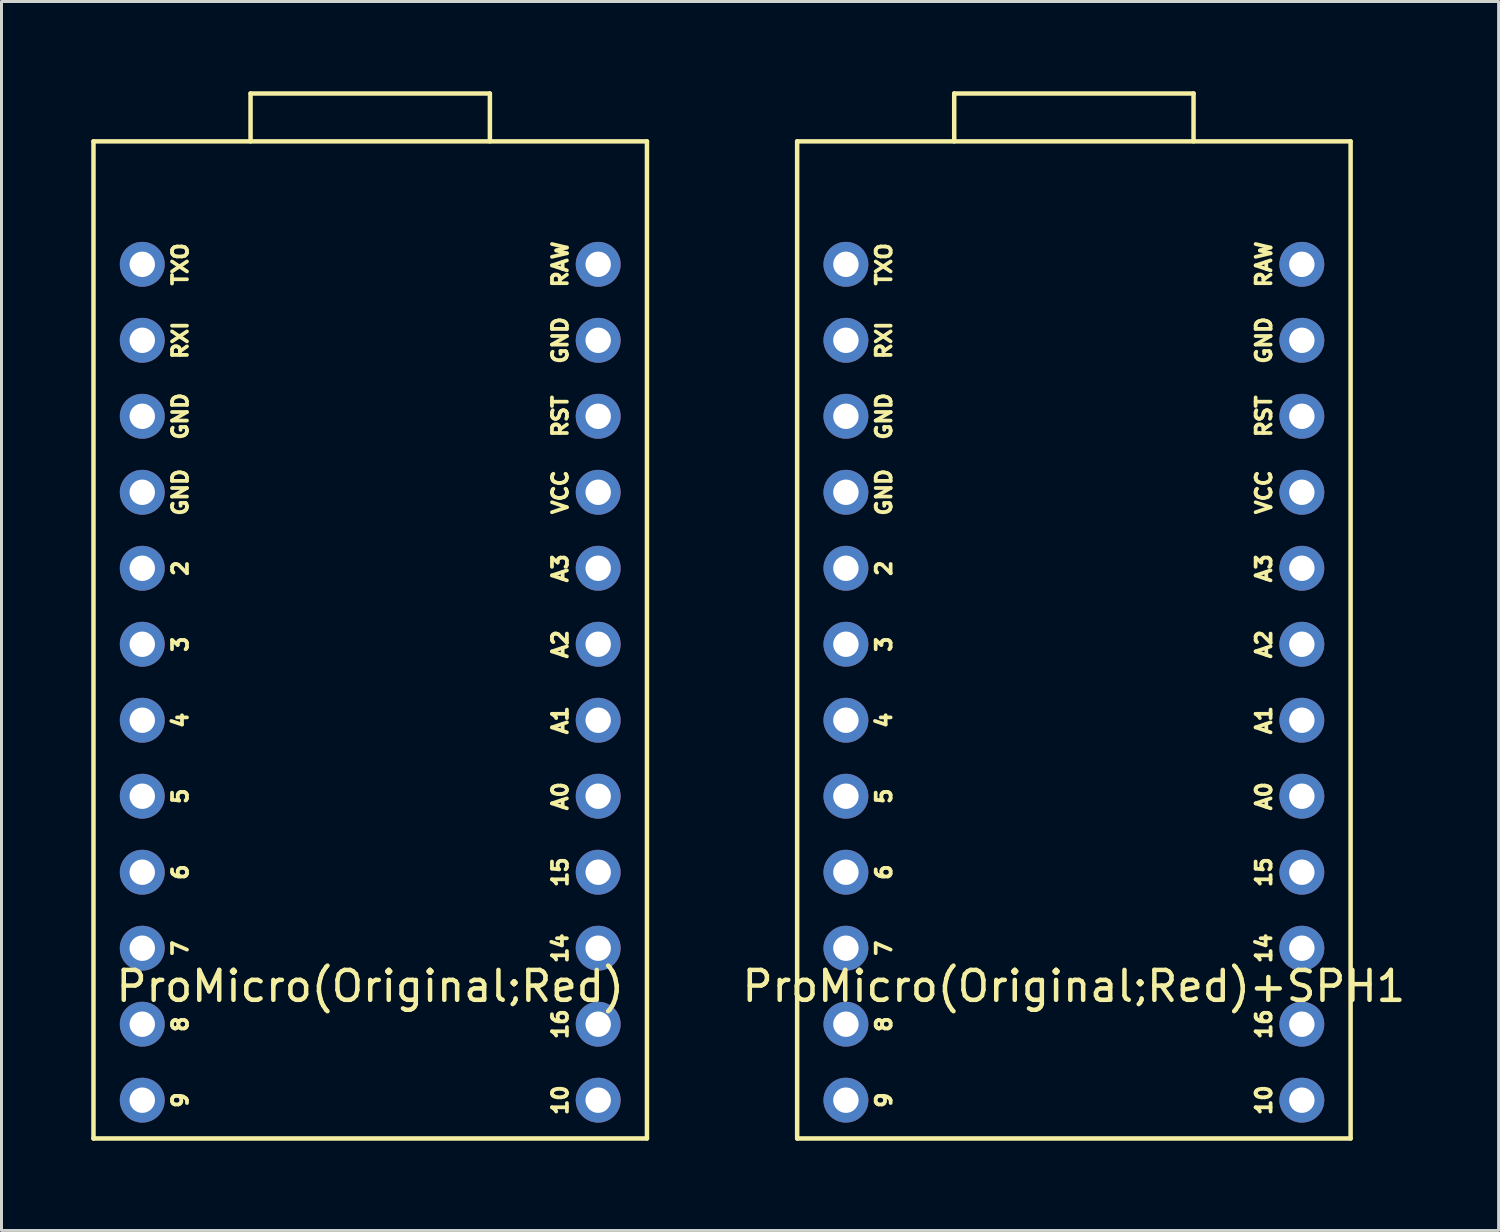
<source format=kicad_pcb>
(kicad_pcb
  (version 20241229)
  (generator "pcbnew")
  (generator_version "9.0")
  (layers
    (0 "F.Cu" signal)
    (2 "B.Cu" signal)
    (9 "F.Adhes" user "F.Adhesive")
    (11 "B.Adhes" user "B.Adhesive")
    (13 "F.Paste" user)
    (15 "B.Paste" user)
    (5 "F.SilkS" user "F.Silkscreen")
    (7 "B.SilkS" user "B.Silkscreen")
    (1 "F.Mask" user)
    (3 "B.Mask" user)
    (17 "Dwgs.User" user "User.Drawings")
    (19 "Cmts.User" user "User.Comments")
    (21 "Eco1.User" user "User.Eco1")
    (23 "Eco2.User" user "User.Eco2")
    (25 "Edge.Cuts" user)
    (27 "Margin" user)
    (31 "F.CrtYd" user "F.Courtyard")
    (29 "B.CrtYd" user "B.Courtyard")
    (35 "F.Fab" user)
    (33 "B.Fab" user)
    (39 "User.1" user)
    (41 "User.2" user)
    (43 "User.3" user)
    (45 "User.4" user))
  (footprint "ProMicro(Original;Red)+SPH1"
    (layer "F.Cu")
    (at 25.226 5.785)
    (property "Reference" "ProMicro(Original;Red)+SPH1" (at 7.62 24.13 0) (layer "F.SilkS") (effects (font (size 1 1) (thickness 0.15))))
    (attr through_hole)
    (fp_line (start -1.63 -4.11) (end -1.63 29.22) (stroke (width 0.15) (type solid)) (layer "F.SilkS"))
    (fp_line (start -1.63 29.22) (end 16.87 29.22) (stroke (width 0.15) (type solid)) (layer "F.SilkS"))
    (fp_line (start 3.62 -5.71) (end 11.62 -5.71) (stroke (width 0.15) (type solid)) (layer "F.SilkS"))
    (fp_line (start 3.62 -4.11) (end 3.62 -5.71) (stroke (width 0.15) (type solid)) (layer "F.SilkS"))
    (fp_line (start 11.62 -5.71) (end 11.62 -4.11) (stroke (width 0.15) (type solid)) (layer "F.SilkS"))
    (fp_line (start 16.87 -4.11) (end -1.63 -4.11) (stroke (width 0.15) (type solid)) (layer "F.SilkS"))
    (fp_line (start 16.87 29.22) (end 16.87 -4.11) (stroke (width 0.15) (type solid)) (layer "F.SilkS"))
    (fp_text user "15" (at 13.97 20.32 90) (layer "F.SilkS") (effects (font (size 0.5 0.5) (thickness 0.125))))
    (fp_text user "16" (at 13.97 25.4 90) (layer "F.SilkS") (effects (font (size 0.5 0.5) (thickness 0.125))))
    (fp_text user "A0" (at 13.97 17.78 90) (layer "F.SilkS") (effects (font (size 0.5 0.5) (thickness 0.125))))
    (fp_text user "A2" (at 13.97 12.7 90) (layer "F.SilkS") (effects (font (size 0.5 0.5) (thickness 0.125))))
    (fp_text user "5" (at 1.27 17.78 90) (layer "F.SilkS") (effects (font (size 0.5 0.5) (thickness 0.125))))
    (fp_text user "10" (at 13.97 27.94 90) (layer "F.SilkS") (effects (font (size 0.5 0.5) (thickness 0.125))))
    (fp_text user "2" (at 1.27 10.16 90) (layer "F.SilkS") (effects (font (size 0.5 0.5) (thickness 0.125))))
    (fp_text user "9" (at 1.27 27.94 90) (layer "F.SilkS") (effects (font (size 0.5 0.5) (thickness 0.125))))
    (fp_text user "4" (at 1.27 15.24 90) (layer "F.SilkS") (effects (font (size 0.5 0.5) (thickness 0.125))))
    (fp_text user "VCC" (at 13.97 7.62 90) (layer "F.SilkS") (effects (font (size 0.5 0.5) (thickness 0.125))))
    (fp_text user "14" (at 13.97 22.86 90) (layer "F.SilkS") (effects (font (size 0.5 0.5) (thickness 0.125))))
    (fp_text user "RAW" (at 13.97 0 90) (layer "F.SilkS") (effects (font (size 0.5 0.5) (thickness 0.125))))
    (fp_text user "A1" (at 13.97 15.24 90) (layer "F.SilkS") (effects (font (size 0.5 0.5) (thickness 0.125))))
    (fp_text user "GND" (at 1.27 5.08 90) (layer "F.SilkS") (effects (font (size 0.5 0.5) (thickness 0.125))))
    (fp_text user "3" (at 1.27 12.7 90) (layer "F.SilkS") (effects (font (size 0.5 0.5) (thickness 0.125))))
    (fp_text user "8" (at 1.27 25.4 90) (layer "F.SilkS") (effects (font (size 0.5 0.5) (thickness 0.125))))
    (fp_text user "TXO" (at 1.27 0 90) (layer "F.SilkS") (effects (font (size 0.5 0.5) (thickness 0.125))))
    (fp_text user "RST" (at 13.97 5.08 90) (layer "F.SilkS") (effects (font (size 0.5 0.5) (thickness 0.125))))
    (fp_text user "6" (at 1.27 20.32 90) (layer "F.SilkS") (effects (font (size 0.5 0.5) (thickness 0.125))))
    (fp_text user "RXI" (at 1.27 2.54 90) (layer "F.SilkS") (effects (font (size 0.5 0.5) (thickness 0.125))))
    (fp_text user "A3" (at 13.97 10.16 90) (layer "F.SilkS") (effects (font (size 0.5 0.5) (thickness 0.125))))
    (fp_text user "GND" (at 1.27 7.62 90) (layer "F.SilkS") (effects (font (size 0.5 0.5) (thickness 0.125))))
    (fp_text user "7" (at 1.27 22.86 90) (layer "F.SilkS") (effects (font (size 0.5 0.5) (thickness 0.125))))
    (fp_text user "GND" (at 13.97 2.54 90) (layer "F.SilkS") (effects (font (size 0.5 0.5) (thickness 0.125))))
    (pad "2" thru_hole circle (at 0 10.16) (size 1.5 1.5) (drill 0.85) (layers "*.Cu" "*.Mask"))
    (pad "3" thru_hole circle (at 0 12.7) (size 1.5 1.5) (drill 0.85) (layers "*.Cu" "*.Mask"))
    (pad "4" thru_hole circle (at 0 15.24) (size 1.5 1.5) (drill 0.85) (layers "*.Cu" "*.Mask"))
    (pad "5" thru_hole circle (at 0 17.78) (size 1.5 1.5) (drill 0.85) (layers "*.Cu" "*.Mask"))
    (pad "6" thru_hole circle (at 0 20.32) (size 1.5 1.5) (drill 0.85) (layers "*.Cu" "*.Mask"))
    (pad "7" thru_hole circle (at 0 22.86) (size 1.5 1.5) (drill 0.85) (layers "*.Cu" "*.Mask"))
    (pad "8" thru_hole circle (at 0 25.4) (size 1.5 1.5) (drill 0.85) (layers "*.Cu" "*.Mask"))
    (pad "9" thru_hole circle (at 0 27.94) (size 1.5 1.5) (drill 0.85) (layers "*.Cu" "*.Mask"))
    (pad "10" thru_hole circle (at 15.24 27.94) (size 1.5 1.5) (drill 0.85) (layers "*.Cu" "*.Mask"))
    (pad "14" thru_hole circle (at 15.24 22.86) (size 1.5 1.5) (drill 0.85) (layers "*.Cu" "*.Mask"))
    (pad "15" thru_hole circle (at 15.24 20.32) (size 1.5 1.5) (drill 0.85) (layers "*.Cu" "*.Mask"))
    (pad "16" thru_hole circle (at 15.24 25.4) (size 1.5 1.5) (drill 0.85) (layers "*.Cu" "*.Mask"))
    (pad "A0" thru_hole circle (at 15.24 17.78) (size 1.5 1.5) (drill 0.85) (layers "*.Cu" "*.Mask"))
    (pad "A1" thru_hole circle (at 15.24 15.24) (size 1.5 1.5) (drill 0.85) (layers "*.Cu" "*.Mask"))
    (pad "A2" thru_hole circle (at 15.24 12.7) (size 1.5 1.5) (drill 0.85) (layers "*.Cu" "*.Mask"))
    (pad "A3" thru_hole circle (at 15.24 10.16) (size 1.5 1.5) (drill 0.85) (layers "*.Cu" "*.Mask"))
    (pad "GND0" thru_hole circle (at 15.24 2.54) (size 1.5 1.5) (drill 0.85) (layers "*.Cu" "*.Mask"))
    (pad "GND1" thru_hole circle (at 0 5.08) (size 1.5 1.5) (drill 0.85) (layers "*.Cu" "*.Mask"))
    (pad "GND2" thru_hole circle (at 0 7.62) (size 1.5 1.5) (drill 0.85) (layers "*.Cu" "*.Mask"))
    (pad "RAW" thru_hole circle (at 15.24 0) (size 1.5 1.5) (drill 0.85) (layers "*.Cu" "*.Mask"))
    (pad "RST" thru_hole circle (at 15.24 5.08) (size 1.5 1.5) (drill 0.85) (layers "*.Cu" "*.Mask"))
    (pad "RXI" thru_hole circle (at 0 2.54) (size 1.5 1.5) (drill 0.85) (layers "*.Cu" "*.Mask"))
    (pad "TXO" thru_hole circle (at 0 0 90) (size 1.5 1.5) (drill 0.85) (layers "*.Cu" "*.Mask"))
    (pad "VCC" thru_hole circle (at 15.24 7.62) (size 1.5 1.5) (drill 0.85) (layers "*.Cu" "*.Mask")))
  (footprint "ProMicro(Original;Red)"
    (layer "F.Cu")
    (at 1.705 5.785)
    (property "Reference" "ProMicro(Original;Red)" (at 7.62 24.13 0) (layer "F.SilkS") (effects (font (size 1 1) (thickness 0.15))))
    (attr through_hole)
    (fp_line (start -1.63 -4.11) (end -1.63 29.22) (stroke (width 0.15) (type solid)) (layer "F.SilkS"))
    (fp_line (start -1.63 29.22) (end 16.87 29.22) (stroke (width 0.15) (type solid)) (layer "F.SilkS"))
    (fp_line (start 3.62 -5.71) (end 11.62 -5.71) (stroke (width 0.15) (type solid)) (layer "F.SilkS"))
    (fp_line (start 3.62 -4.11) (end 3.62 -5.71) (stroke (width 0.15) (type solid)) (layer "F.SilkS"))
    (fp_line (start 11.62 -5.71) (end 11.62 -4.11) (stroke (width 0.15) (type solid)) (layer "F.SilkS"))
    (fp_line (start 16.87 -4.11) (end -1.63 -4.11) (stroke (width 0.15) (type solid)) (layer "F.SilkS"))
    (fp_line (start 16.87 29.22) (end 16.87 -4.11) (stroke (width 0.15) (type solid)) (layer "F.SilkS"))
    (fp_text user "A3" (at 13.97 10.16 90) (layer "F.SilkS") (effects (font (size 0.5 0.5) (thickness 0.125))))
    (fp_text user "7" (at 1.27 22.86 90) (layer "F.SilkS") (effects (font (size 0.5 0.5) (thickness 0.125))))
    (fp_text user "15" (at 13.97 20.32 90) (layer "F.SilkS") (effects (font (size 0.5 0.5) (thickness 0.125))))
    (fp_text user "8" (at 1.27 25.4 90) (layer "F.SilkS") (effects (font (size 0.5 0.5) (thickness 0.125))))
    (fp_text user "A0" (at 13.97 17.78 90) (layer "F.SilkS") (effects (font (size 0.5 0.5) (thickness 0.125))))
    (fp_text user "A1" (at 13.97 15.24 90) (layer "F.SilkS") (effects (font (size 0.5 0.5) (thickness 0.125))))
    (fp_text user "RST" (at 13.97 5.08 90) (layer "F.SilkS") (effects (font (size 0.5 0.5) (thickness 0.125))))
    (fp_text user "5" (at 1.27 17.78 90) (layer "F.SilkS") (effects (font (size 0.5 0.5) (thickness 0.125))))
    (fp_text user "9" (at 1.27 27.94 90) (layer "F.SilkS") (effects (font (size 0.5 0.5) (thickness 0.125))))
    (fp_text user "VCC" (at 13.97 7.62 90) (layer "F.SilkS") (effects (font (size 0.5 0.5) (thickness 0.125))))
    (fp_text user "10" (at 13.97 27.94 90) (layer "F.SilkS") (effects (font (size 0.5 0.5) (thickness 0.125))))
    (fp_text user "GND" (at 13.97 2.54 90) (layer "F.SilkS") (effects (font (size 0.5 0.5) (thickness 0.125))))
    (fp_text user "GND" (at 1.27 5.08 90) (layer "F.SilkS") (effects (font (size 0.5 0.5) (thickness 0.125))))
    (fp_text user "6" (at 1.27 20.32 90) (layer "F.SilkS") (effects (font (size 0.5 0.5) (thickness 0.125))))
    (fp_text user "TXO" (at 1.27 0 90) (layer "F.SilkS") (effects (font (size 0.5 0.5) (thickness 0.125))))
    (fp_text user "2" (at 1.27 10.16 90) (layer "F.SilkS") (effects (font (size 0.5 0.5) (thickness 0.125))))
    (fp_text user "RXI" (at 1.27 2.54 90) (layer "F.SilkS") (effects (font (size 0.5 0.5) (thickness 0.125))))
    (fp_text user "16" (at 13.97 25.4 90) (layer "F.SilkS") (effects (font (size 0.5 0.5) (thickness 0.125))))
    (fp_text user "RAW" (at 13.97 0 90) (layer "F.SilkS") (effects (font (size 0.5 0.5) (thickness 0.125))))
    (fp_text user "A2" (at 13.97 12.7 90) (layer "F.SilkS") (effects (font (size 0.5 0.5) (thickness 0.125))))
    (fp_text user "14" (at 13.97 22.86 90) (layer "F.SilkS") (effects (font (size 0.5 0.5) (thickness 0.125))))
    (fp_text user "3" (at 1.27 12.7 90) (layer "F.SilkS") (effects (font (size 0.5 0.5) (thickness 0.125))))
    (fp_text user "4" (at 1.27 15.24 90) (layer "F.SilkS") (effects (font (size 0.5 0.5) (thickness 0.125))))
    (fp_text user "GND" (at 1.27 7.62 90) (layer "F.SilkS") (effects (font (size 0.5 0.5) (thickness 0.125))))
    (pad "2" thru_hole circle (at 0 10.16) (size 1.5 1.5) (drill 0.85) (layers "*.Cu" "*.Mask"))
    (pad "3" thru_hole circle (at 0 12.7) (size 1.5 1.5) (drill 0.85) (layers "*.Cu" "*.Mask"))
    (pad "4" thru_hole circle (at 0 15.24) (size 1.5 1.5) (drill 0.85) (layers "*.Cu" "*.Mask"))
    (pad "5" thru_hole circle (at 0 17.78) (size 1.5 1.5) (drill 0.85) (layers "*.Cu" "*.Mask"))
    (pad "6" thru_hole circle (at 0 20.32) (size 1.5 1.5) (drill 0.85) (layers "*.Cu" "*.Mask"))
    (pad "7" thru_hole circle (at 0 22.86) (size 1.5 1.5) (drill 0.85) (layers "*.Cu" "*.Mask"))
    (pad "8" thru_hole circle (at 0 25.4) (size 1.5 1.5) (drill 0.85) (layers "*.Cu" "*.Mask"))
    (pad "9" thru_hole circle (at 0 27.94) (size 1.5 1.5) (drill 0.85) (layers "*.Cu" "*.Mask"))
    (pad "10" thru_hole circle (at 15.24 27.94) (size 1.5 1.5) (drill 0.85) (layers "*.Cu" "*.Mask"))
    (pad "14" thru_hole circle (at 15.24 22.86) (size 1.5 1.5) (drill 0.85) (layers "*.Cu" "*.Mask"))
    (pad "15" thru_hole circle (at 15.24 20.32) (size 1.5 1.5) (drill 0.85) (layers "*.Cu" "*.Mask"))
    (pad "16" thru_hole circle (at 15.24 25.4) (size 1.5 1.5) (drill 0.85) (layers "*.Cu" "*.Mask"))
    (pad "A0" thru_hole circle (at 15.24 17.78) (size 1.5 1.5) (drill 0.85) (layers "*.Cu" "*.Mask"))
    (pad "A1" thru_hole circle (at 15.24 15.24) (size 1.5 1.5) (drill 0.85) (layers "*.Cu" "*.Mask"))
    (pad "A2" thru_hole circle (at 15.24 12.7) (size 1.5 1.5) (drill 0.85) (layers "*.Cu" "*.Mask"))
    (pad "A3" thru_hole circle (at 15.24 10.16) (size 1.5 1.5) (drill 0.85) (layers "*.Cu" "*.Mask"))
    (pad "GND0" thru_hole circle (at 15.24 2.54) (size 1.5 1.5) (drill 0.85) (layers "*.Cu" "*.Mask"))
    (pad "GND1" thru_hole circle (at 0 5.08) (size 1.5 1.5) (drill 0.85) (layers "*.Cu" "*.Mask"))
    (pad "GND2" thru_hole circle (at 0 7.62) (size 1.5 1.5) (drill 0.85) (layers "*.Cu" "*.Mask"))
    (pad "RAW" thru_hole circle (at 15.24 0) (size 1.5 1.5) (drill 0.85) (layers "*.Cu" "*.Mask"))
    (pad "RST" thru_hole circle (at 15.24 5.08) (size 1.5 1.5) (drill 0.85) (layers "*.Cu" "*.Mask"))
    (pad "RXI" thru_hole circle (at 0 2.54) (size 1.5 1.5) (drill 0.85) (layers "*.Cu" "*.Mask"))
    (pad "TXO" thru_hole circle (at 0 0 90) (size 1.5 1.5) (drill 0.85) (layers "*.Cu" "*.Mask"))
    (pad "VCC" thru_hole circle (at 15.24 7.62) (size 1.5 1.5) (drill 0.85) (layers "*.Cu" "*.Mask")))
  (gr_rect
    (start -3 -3)
    (end 47.043 38.08)
    (stroke (width 0.1) (type default))
    (fill no)
    (layer "Edge.Cuts")))
</source>
